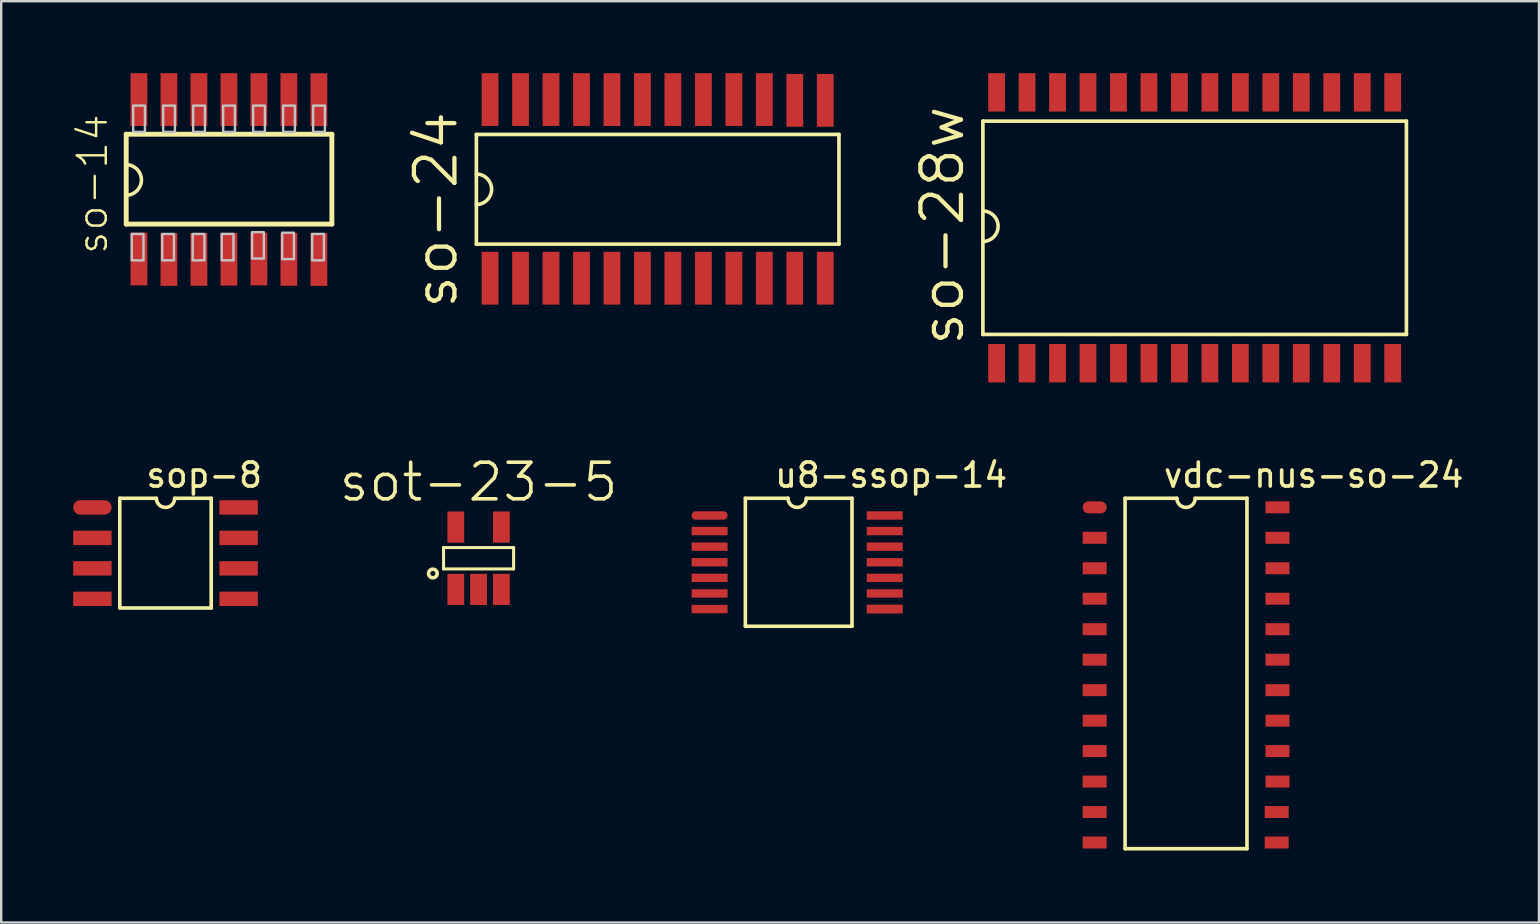
<source format=kicad_pcb>
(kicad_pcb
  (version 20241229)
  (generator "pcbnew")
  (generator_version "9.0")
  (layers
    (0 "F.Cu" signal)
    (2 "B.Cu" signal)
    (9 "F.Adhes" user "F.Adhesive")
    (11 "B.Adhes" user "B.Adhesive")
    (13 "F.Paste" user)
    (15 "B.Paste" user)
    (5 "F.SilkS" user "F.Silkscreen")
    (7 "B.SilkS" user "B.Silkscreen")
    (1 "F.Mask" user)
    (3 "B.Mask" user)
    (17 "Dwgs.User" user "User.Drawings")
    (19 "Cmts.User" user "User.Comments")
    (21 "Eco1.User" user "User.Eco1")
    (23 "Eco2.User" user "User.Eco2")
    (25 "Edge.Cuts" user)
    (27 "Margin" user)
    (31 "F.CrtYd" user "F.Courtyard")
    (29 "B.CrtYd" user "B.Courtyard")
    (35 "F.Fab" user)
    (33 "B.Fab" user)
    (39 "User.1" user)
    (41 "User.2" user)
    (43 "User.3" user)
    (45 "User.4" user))
  (footprint "so-24"
    (layer "F.Cu")
    (at 24.996 4.839)
    (property "Reference" "so-24" (at -8.89 5.08 90) (layer "F.SilkS") (effects (font (size 1.689 1.689) (thickness 0.178)) (justify left bottom)))
    (attr through_hole)
    (fp_line (start -8.191 -2.286) (end -8.191 2.286) (stroke (width 0.152) (type solid)) (layer "F.SilkS"))
    (fp_line (start -8.191 2.286) (end 6.921 2.286) (stroke (width 0.152) (type solid)) (layer "F.SilkS"))
    (fp_line (start 6.921 -2.286) (end -8.191 -2.286) (stroke (width 0.152) (type solid)) (layer "F.SilkS"))
    (fp_line (start 6.921 2.286) (end 6.921 -2.286) (stroke (width 0.152) (type solid)) (layer "F.SilkS"))
    (fp_arc (start -8.1915 -0.635) (mid -7.5565 0) (end -8.1915 0.635) (stroke (width 0.15) (type solid)) (layer "F.SilkS"))
    (pad "1" smd rect (at -7.62 3.707) (size 0.7 2.2) (layers "F.Cu" "F.Mask" "F.Paste"))
    (pad "2" smd rect (at -6.35 3.707) (size 0.7 2.2) (layers "F.Cu" "F.Mask" "F.Paste"))
    (pad "3" smd rect (at -5.08 3.707) (size 0.7 2.2) (layers "F.Cu" "F.Mask" "F.Paste"))
    (pad "4" smd rect (at -3.81 3.707) (size 0.7 2.2) (layers "F.Cu" "F.Mask" "F.Paste"))
    (pad "5" smd rect (at -2.54 3.707) (size 0.7 2.2) (layers "F.Cu" "F.Mask" "F.Paste"))
    (pad "6" smd rect (at -1.27 3.707) (size 0.7 2.2) (layers "F.Cu" "F.Mask" "F.Paste"))
    (pad "7" smd rect (at -0.000063 3.707) (size 0.7 2.2) (layers "F.Cu" "F.Mask" "F.Paste"))
    (pad "8" smd rect (at 1.27 3.707) (size 0.7 2.2) (layers "F.Cu" "F.Mask" "F.Paste"))
    (pad "9" smd rect (at 2.54 3.707) (size 0.7 2.2) (layers "F.Cu" "F.Mask" "F.Paste"))
    (pad "10" smd rect (at 3.81 3.707) (size 0.7 2.2) (layers "F.Cu" "F.Mask" "F.Paste"))
    (pad "11" smd rect (at 5.08 3.707) (size 0.7 2.2) (layers "F.Cu" "F.Mask" "F.Paste"))
    (pad "12" smd rect (at 6.35 3.707) (size 0.7 2.2) (layers "F.Cu" "F.Mask" "F.Paste"))
    (pad "13" smd rect (at 6.35 -3.707 180) (size 0.7 2.2) (layers "F.Cu" "F.Mask" "F.Paste"))
    (pad "14" smd rect (at 5.08 -3.707 180) (size 0.7 2.2) (layers "F.Cu" "F.Mask" "F.Paste"))
    (pad "15" smd rect (at 3.81 -3.739) (size 0.7 2.2) (layers "F.Cu" "F.Mask" "F.Paste"))
    (pad "16" smd rect (at 2.54 -3.739) (size 0.7 2.2) (layers "F.Cu" "F.Mask" "F.Paste"))
    (pad "17" smd rect (at 1.27 -3.739) (size 0.7 2.2) (layers "F.Cu" "F.Mask" "F.Paste"))
    (pad "18" smd rect (at -0.000063 -3.739) (size 0.7 2.2) (layers "F.Cu" "F.Mask" "F.Paste"))
    (pad "19" smd rect (at -1.27 -3.739) (size 0.7 2.2) (layers "F.Cu" "F.Mask" "F.Paste"))
    (pad "20" smd rect (at -2.54 -3.739) (size 0.7 2.2) (layers "F.Cu" "F.Mask" "F.Paste"))
    (pad "21" smd rect (at -3.81 -3.739) (size 0.7 2.2) (layers "F.Cu" "F.Mask" "F.Paste"))
    (pad "22" smd rect (at -5.08 -3.739) (size 0.7 2.2) (layers "F.Cu" "F.Mask" "F.Paste"))
    (pad "23" smd rect (at -6.35 -3.739) (size 0.7 2.2) (layers "F.Cu" "F.Mask" "F.Paste"))
    (pad "24" smd rect (at -7.62 -3.739) (size 0.7 2.2) (layers "F.Cu" "F.Mask" "F.Paste")))
  (footprint "so-14"
    (layer "F.Cu")
    (at 6.591 4.45)
    (property "Reference" "so-14" (at -5.08 3.175 90) (layer "F.SilkS") (effects (font (size 1.206 1.206) (thickness 0.102)) (justify left bottom)))
    (attr through_hole)
    (fp_line (start -4.381 -1.905) (end 4.191 -1.905) (stroke (width 0.203) (type solid)) (layer "F.SilkS"))
    (fp_line (start -4.381 1.841) (end -4.381 -1.905) (stroke (width 0.203) (type solid)) (layer "F.SilkS"))
    (fp_line (start 4.191 -1.905) (end 4.191 1.841) (stroke (width 0.203) (type solid)) (layer "F.SilkS"))
    (fp_line (start 4.191 1.841) (end -4.381 1.841) (stroke (width 0.203) (type solid)) (layer "F.SilkS"))
    (fp_arc (start -4.3815 -0.635) (mid -3.7465 0) (end -4.3815 0.635) (stroke (width 0.15) (type solid)) (layer "F.SilkS"))
    (fp_poly (pts (xy -4.15 3.35) (xy -3.66 3.35) (xy -3.66 2.25) (xy -4.15 2.25)) (stroke (width 0.1) (type solid)) (fill no) (layer "Dwgs.User"))
    (fp_poly (pts (xy -4.09 -2) (xy -3.6 -2) (xy -3.6 -3.1) (xy -4.09 -3.1)) (stroke (width 0.1) (type solid)) (fill no) (layer "Dwgs.User"))
    (fp_poly (pts (xy -2.88 3.35) (xy -2.39 3.35) (xy -2.39 2.25) (xy -2.88 2.25)) (stroke (width 0.1) (type solid)) (fill no) (layer "Dwgs.User"))
    (fp_poly (pts (xy -2.84 -2) (xy -2.35 -2) (xy -2.35 -3.1) (xy -2.84 -3.1)) (stroke (width 0.1) (type solid)) (fill no) (layer "Dwgs.User"))
    (fp_poly (pts (xy -1.61 3.35) (xy -1.12 3.35) (xy -1.12 2.25) (xy -1.61 2.25)) (stroke (width 0.1) (type solid)) (fill no) (layer "Dwgs.User"))
    (fp_poly (pts (xy -1.59 -2) (xy -1.1 -2) (xy -1.1 -3.1) (xy -1.59 -3.1)) (stroke (width 0.1) (type solid)) (fill no) (layer "Dwgs.User"))
    (fp_poly (pts (xy -0.4 3.35) (xy 0.09 3.35) (xy 0.09 2.25) (xy -0.4 2.25)) (stroke (width 0.1) (type solid)) (fill no) (layer "Dwgs.User"))
    (fp_poly (pts (xy -0.34 -2) (xy 0.15 -2) (xy 0.15 -3.1) (xy -0.34 -3.1)) (stroke (width 0.1) (type solid)) (fill no) (layer "Dwgs.User"))
    (fp_poly (pts (xy 0.865 3.275) (xy 1.355 3.275) (xy 1.355 2.175) (xy 0.865 2.175)) (stroke (width 0.1) (type solid)) (fill no) (layer "Dwgs.User"))
    (fp_poly (pts (xy 0.91 -2) (xy 1.4 -2) (xy 1.4 -3.1) (xy 0.91 -3.1)) (stroke (width 0.1) (type solid)) (fill no) (layer "Dwgs.User"))
    (fp_poly (pts (xy 2.12 3.3) (xy 2.61 3.3) (xy 2.61 2.2) (xy 2.12 2.2)) (stroke (width 0.1) (type solid)) (fill no) (layer "Dwgs.User"))
    (fp_poly (pts (xy 2.16 -2) (xy 2.65 -2) (xy 2.65 -3.1) (xy 2.16 -3.1)) (stroke (width 0.1) (type solid)) (fill no) (layer "Dwgs.User"))
    (fp_poly (pts (xy 3.37 3.35) (xy 3.86 3.35) (xy 3.86 2.25) (xy 3.37 2.25)) (stroke (width 0.1) (type solid)) (fill no) (layer "Dwgs.User"))
    (fp_poly (pts (xy 3.41 -2) (xy 3.9 -2) (xy 3.9 -3.1) (xy 3.41 -3.1)) (stroke (width 0.1) (type solid)) (fill no) (layer "Dwgs.User"))
    (pad "1" smd rect (at -3.85 3.295 270) (size 2.2 0.7) (layers "F.Cu" "F.Mask" "F.Paste"))
    (pad "2" smd rect (at -2.6 3.315 270) (size 2.2 0.7) (layers "F.Cu" "F.Mask" "F.Paste"))
    (pad "3" smd rect (at -1.35 3.31 270) (size 2.2 0.7) (layers "F.Cu" "F.Mask" "F.Paste"))
    (pad "4" smd rect (at -0.1 3.305 270) (size 2.2 0.7) (layers "F.Cu" "F.Mask" "F.Paste"))
    (pad "5" smd rect (at 1.15 3.295 90) (size 2.2 0.7) (layers "F.Cu" "F.Mask" "F.Paste"))
    (pad "6" smd rect (at 2.4 3.31 270) (size 2.2 0.7) (layers "F.Cu" "F.Mask" "F.Paste"))
    (pad "7" smd rect (at 3.65 3.315 270) (size 2.2 0.7) (layers "F.Cu" "F.Mask" "F.Paste"))
    (pad "8" smd rect (at 3.65 -3.345 90) (size 2.2 0.7) (layers "F.Cu" "F.Mask" "F.Paste"))
    (pad "9" smd rect (at 2.4 -3.35 90) (size 2.2 0.7) (layers "F.Cu" "F.Mask" "F.Paste"))
    (pad "10" smd rect (at 1.15 -3.35 90) (size 2.2 0.7) (layers "F.Cu" "F.Mask" "F.Paste"))
    (pad "11" smd rect (at -0.1 -3.35 90) (size 2.2 0.7) (layers "F.Cu" "F.Mask" "F.Paste"))
    (pad "12" smd rect (at -1.35 -3.35 90) (size 2.2 0.7) (layers "F.Cu" "F.Mask" "F.Paste"))
    (pad "13" smd rect (at -2.6 -3.35 90) (size 2.2 0.7) (layers "F.Cu" "F.Mask" "F.Paste"))
    (pad "14" smd rect (at -3.85 -3.35 90) (size 2.2 0.7) (layers "F.Cu" "F.Mask" "F.Paste")))
  (footprint "so-28w"
    (layer "F.Cu")
    (at 47.377 6.38)
    (property "Reference" "so-28w" (at -10.16 5.08 90) (layer "F.SilkS") (effects (font (size 1.689 1.689) (thickness 0.178)) (justify left bottom)))
    (attr through_hole)
    (fp_line (start -9.461 -4.381) (end -9.461 4.508) (stroke (width 0.152) (type solid)) (layer "F.SilkS"))
    (fp_line (start -9.461 4.508) (end 8.191 4.508) (stroke (width 0.152) (type solid)) (layer "F.SilkS"))
    (fp_line (start 8.191 -4.381) (end -9.461 -4.381) (stroke (width 0.152) (type solid)) (layer "F.SilkS"))
    (fp_line (start 8.191 4.508) (end 8.191 -4.381) (stroke (width 0.152) (type solid)) (layer "F.SilkS"))
    (fp_arc (start -9.4615 -0.635) (mid -8.8265 0) (end -9.4615 0.635) (stroke (width 0.15) (type solid)) (layer "F.SilkS"))
    (pad "1" smd rect (at -8.89 5.707) (size 0.7 1.6) (layers "F.Cu" "F.Mask" "F.Paste"))
    (pad "2" smd rect (at -7.62 5.707) (size 0.7 1.6) (layers "F.Cu" "F.Mask" "F.Paste"))
    (pad "3" smd rect (at -6.35 5.707) (size 0.7 1.6) (layers "F.Cu" "F.Mask" "F.Paste"))
    (pad "4" smd rect (at -5.08 5.707) (size 0.7 1.6) (layers "F.Cu" "F.Mask" "F.Paste"))
    (pad "5" smd rect (at -3.81 5.707) (size 0.7 1.6) (layers "F.Cu" "F.Mask" "F.Paste"))
    (pad "6" smd rect (at -2.54 5.707) (size 0.7 1.6) (layers "F.Cu" "F.Mask" "F.Paste"))
    (pad "7" smd rect (at -1.27 5.707) (size 0.7 1.6) (layers "F.Cu" "F.Mask" "F.Paste"))
    (pad "8" smd rect (at -0.000063 5.707) (size 0.7 1.6) (layers "F.Cu" "F.Mask" "F.Paste"))
    (pad "9" smd rect (at 1.27 5.707) (size 0.7 1.6) (layers "F.Cu" "F.Mask" "F.Paste"))
    (pad "10" smd rect (at 2.54 5.707) (size 0.7 1.6) (layers "F.Cu" "F.Mask" "F.Paste"))
    (pad "11" smd rect (at 3.81 5.707) (size 0.7 1.6) (layers "F.Cu" "F.Mask" "F.Paste"))
    (pad "12" smd rect (at 5.08 5.707) (size 0.7 1.6) (layers "F.Cu" "F.Mask" "F.Paste"))
    (pad "13" smd rect (at 6.35 5.707) (size 0.7 1.6) (layers "F.Cu" "F.Mask" "F.Paste"))
    (pad "14" smd rect (at 7.62 5.707) (size 0.7 1.6) (layers "F.Cu" "F.Mask" "F.Paste"))
    (pad "15" smd rect (at 7.62 -5.58) (size 0.7 1.6) (layers "F.Cu" "F.Mask" "F.Paste"))
    (pad "16" smd rect (at 6.35 -5.58) (size 0.7 1.6) (layers "F.Cu" "F.Mask" "F.Paste"))
    (pad "17" smd rect (at 5.08 -5.58) (size 0.7 1.6) (layers "F.Cu" "F.Mask" "F.Paste"))
    (pad "18" smd rect (at 3.81 -5.58) (size 0.7 1.6) (layers "F.Cu" "F.Mask" "F.Paste"))
    (pad "19" smd rect (at 2.54 -5.58) (size 0.7 1.6) (layers "F.Cu" "F.Mask" "F.Paste"))
    (pad "20" smd rect (at 1.27 -5.58) (size 0.7 1.6) (layers "F.Cu" "F.Mask" "F.Paste"))
    (pad "21" smd rect (at -0.000063 -5.58) (size 0.7 1.6) (layers "F.Cu" "F.Mask" "F.Paste"))
    (pad "22" smd rect (at -1.27 -5.58) (size 0.7 1.6) (layers "F.Cu" "F.Mask" "F.Paste"))
    (pad "23" smd rect (at -2.54 -5.58) (size 0.7 1.6) (layers "F.Cu" "F.Mask" "F.Paste"))
    (pad "24" smd rect (at -3.81 -5.58) (size 0.7 1.6) (layers "F.Cu" "F.Mask" "F.Paste"))
    (pad "25" smd rect (at -5.08 -5.58) (size 0.7 1.6) (layers "F.Cu" "F.Mask" "F.Paste"))
    (pad "26" smd rect (at -6.35 -5.58) (size 0.7 1.6) (layers "F.Cu" "F.Mask" "F.Paste"))
    (pad "27" smd rect (at -7.62 -5.58) (size 0.7 1.6) (layers "F.Cu" "F.Mask" "F.Paste"))
    (pad "28" smd rect (at -8.89 -5.58) (size 0.7 1.6) (layers "F.Cu" "F.Mask" "F.Paste")))
  (footprint "sop-8"
    (layer "F.Cu")
    (at 3.848 20.004)
    (property "Reference" "sop-8" (at -0.889 -2.667 0) (layer "F.SilkS") (effects (font (size 1 1) (thickness 0.15)) (justify left bottom)))
    (attr through_hole)
    (fp_line (start -1.905 -2.286) (end -0.381 -2.286) (stroke (width 0.15) (type solid)) (layer "F.SilkS"))
    (fp_line (start -1.905 2.286) (end -1.905 -2.286) (stroke (width 0.15) (type solid)) (layer "F.SilkS"))
    (fp_line (start 0.381 -2.286) (end 1.905 -2.286) (stroke (width 0.15) (type solid)) (layer "F.SilkS"))
    (fp_line (start 1.905 -2.286) (end 1.905 2.286) (stroke (width 0.15) (type solid)) (layer "F.SilkS"))
    (fp_line (start 1.905 2.286) (end -1.905 2.286) (stroke (width 0.15) (type solid)) (layer "F.SilkS"))
    (fp_arc (start 0.381 -2.286) (mid 0 -1.905) (end -0.381 -2.286) (stroke (width 0.15) (type solid)) (layer "F.SilkS"))
    (pad "1" smd oval (at -3.048 -1.905 270) (size 0.6 1.6) (layers "F.Cu" "F.Mask" "F.Paste"))
    (pad "2" smd rect (at -3.048 -0.635 270) (size 0.6 1.6) (layers "F.Cu" "F.Mask" "F.Paste"))
    (pad "3" smd rect (at -3.048 0.635 270) (size 0.6 1.6) (layers "F.Cu" "F.Mask" "F.Paste"))
    (pad "4" smd rect (at -3.048 1.905 270) (size 0.6 1.6) (layers "F.Cu" "F.Mask" "F.Paste"))
    (pad "5" smd rect (at 3.048 1.905 270) (size 0.6 1.6) (layers "F.Cu" "F.Mask" "F.Paste"))
    (pad "6" smd rect (at 3.048 0.635 270) (size 0.6 1.6) (layers "F.Cu" "F.Mask" "F.Paste"))
    (pad "7" smd rect (at 3.048 -0.635 270) (size 0.6 1.6) (layers "F.Cu" "F.Mask" "F.Paste"))
    (pad "8" smd rect (at 3.048 -1.905 270) (size 0.6 1.6) (layers "F.Cu" "F.Mask" "F.Paste")))
  (footprint "u8-ssop-14"
    (layer "F.Cu")
    (at 30.175 20.385)
    (property "Reference" "u8-ssop-14" (at -1.016 -3.048 0) (layer "F.SilkS") (effects (font (size 1 1) (thickness 0.15)) (justify left bottom)))
    (attr through_hole)
    (fp_line (start -2.159 -2.667) (end -0.381 -2.667) (stroke (width 0.15) (type solid)) (layer "F.SilkS"))
    (fp_line (start -2.159 2.667) (end -2.159 -2.667) (stroke (width 0.15) (type solid)) (layer "F.SilkS"))
    (fp_line (start 0.381 -2.667) (end 2.286 -2.667) (stroke (width 0.15) (type solid)) (layer "F.SilkS"))
    (fp_line (start 2.286 -2.667) (end 2.286 2.667) (stroke (width 0.15) (type solid)) (layer "F.SilkS"))
    (fp_line (start 2.286 2.667) (end -2.159 2.667) (stroke (width 0.15) (type solid)) (layer "F.SilkS"))
    (fp_arc (start 0.381 -2.667) (mid 0 -2.286) (end -0.381 -2.667) (stroke (width 0.15) (type solid)) (layer "F.SilkS"))
    (pad "1" smd oval (at -3.65 -1.95 180) (size 1.5 0.35) (layers "F.Cu" "F.Mask" "F.Paste"))
    (pad "2" smd rect (at -3.65 -1.3 180) (size 1.5 0.35) (layers "F.Cu" "F.Mask" "F.Paste"))
    (pad "3" smd rect (at -3.65 -0.65 180) (size 1.5 0.35) (layers "F.Cu" "F.Mask" "F.Paste"))
    (pad "4" smd rect (at -3.65 0 180) (size 1.5 0.35) (layers "F.Cu" "F.Mask" "F.Paste"))
    (pad "5" smd rect (at -3.65 0.65 180) (size 1.5 0.35) (layers "F.Cu" "F.Mask" "F.Paste"))
    (pad "6" smd rect (at -3.65 1.3 180) (size 1.5 0.35) (layers "F.Cu" "F.Mask" "F.Paste"))
    (pad "7" smd rect (at -3.65 1.95 180) (size 1.5 0.35) (layers "F.Cu" "F.Mask" "F.Paste"))
    (pad "8" smd rect (at 3.65 1.95) (size 1.5 0.37) (layers "F.Cu" "F.Mask" "F.Paste"))
    (pad "9" smd rect (at 3.65 1.3) (size 1.5 0.35) (layers "F.Cu" "F.Mask" "F.Paste"))
    (pad "10" smd rect (at 3.65 0.65) (size 1.5 0.35) (layers "F.Cu" "F.Mask" "F.Paste"))
    (pad "11" smd rect (at 3.65 0) (size 1.5 0.35) (layers "F.Cu" "F.Mask" "F.Paste"))
    (pad "12" smd rect (at 3.65 -0.65) (size 1.5 0.35) (layers "F.Cu" "F.Mask" "F.Paste"))
    (pad "13" smd rect (at 3.65 -1.3) (size 1.5 0.35) (layers "F.Cu" "F.Mask" "F.Paste"))
    (pad "14" smd rect (at 3.65 -1.95) (size 1.5 0.35) (layers "F.Cu" "F.Mask" "F.Paste")))
  (footprint "sot-23-5"
    (layer "F.Cu")
    (at 16.897 20.217)
    (property "Reference" "sot-23-5" (at 0 -3.175 0) (layer "F.SilkS") (effects (font (size 1.524 1.524) (thickness 0.15))))
    (attr through_hole)
    (fp_line (start -1.46 -0.445) (end 1.46 -0.445) (stroke (width 0.127) (type solid)) (layer "F.SilkS"))
    (fp_line (start -1.46 0.445) (end -1.46 -0.445) (stroke (width 0.127) (type solid)) (layer "F.SilkS"))
    (fp_line (start 1.46 -0.445) (end 1.46 0.445) (stroke (width 0.127) (type solid)) (layer "F.SilkS"))
    (fp_line (start 1.46 0.445) (end -1.46 0.445) (stroke (width 0.127) (type solid)) (layer "F.SilkS"))
    (fp_circle (center -1.905 0.635) (end -1.778 0.762) (stroke (width 0.15) (type solid)) (fill no) (layer "F.SilkS"))
    (pad "1" smd rect (at -0.95 1.3) (size 0.7 1.3) (layers "F.Cu" "F.Mask" "F.Paste"))
    (pad "2" smd rect (at -0.000063 1.3) (size 0.7 1.3) (layers "F.Cu" "F.Mask" "F.Paste"))
    (pad "3" smd rect (at 0.95 1.3) (size 0.7 1.3) (layers "F.Cu" "F.Mask" "F.Paste"))
    (pad "4" smd rect (at 0.95 -1.3) (size 0.7 1.3) (layers "F.Cu" "F.Mask" "F.Paste"))
    (pad "5" smd rect (at -0.95 -1.3) (size 0.7 1.3) (layers "F.Cu" "F.Mask" "F.Paste")))
  (footprint "vdc-nus-so-24"
    (layer "F.Cu")
    (at 46.382 25.084)
    (property "Reference" "vdc-nus-so-24" (at -1.016 -7.747 0) (layer "F.SilkS") (effects (font (size 1 1) (thickness 0.15)) (justify left bottom)))
    (attr through_hole)
    (fp_line (start -2.54 -7.366) (end -2.54 7.239) (stroke (width 0.15) (type solid)) (layer "F.SilkS"))
    (fp_line (start -2.54 7.239) (end 2.54 7.239) (stroke (width 0.152) (type solid)) (layer "F.SilkS"))
    (fp_line (start -0.381 -7.366) (end -2.54 -7.366) (stroke (width 0.15) (type solid)) (layer "F.SilkS"))
    (fp_line (start 2.54 -7.366) (end 0.381 -7.366) (stroke (width 0.15) (type solid)) (layer "F.SilkS"))
    (fp_line (start 2.54 7.239) (end 2.54 -7.366) (stroke (width 0.152) (type solid)) (layer "F.SilkS"))
    (fp_arc (start 0.381 -7.366) (mid 0 -6.985) (end -0.381 -7.366) (stroke (width 0.15) (type solid)) (layer "F.SilkS"))
    (pad "1" smd oval (at -3.807 -6.989 270) (size 0.5 1) (layers "F.Cu" "F.Mask" "F.Paste"))
    (pad "2" smd rect (at -3.807 -5.719 270) (size 0.5 1) (layers "F.Cu" "F.Mask" "F.Paste"))
    (pad "3" smd rect (at -3.807 -4.449 270) (size 0.5 1) (layers "F.Cu" "F.Mask" "F.Paste"))
    (pad "4" smd rect (at -3.807 -3.179 270) (size 0.5 1) (layers "F.Cu" "F.Mask" "F.Paste"))
    (pad "5" smd rect (at -3.807 -1.909 270) (size 0.5 1) (layers "F.Cu" "F.Mask" "F.Paste"))
    (pad "6" smd rect (at -3.807 -0.639 270) (size 0.5 1) (layers "F.Cu" "F.Mask" "F.Paste"))
    (pad "7" smd rect (at -3.807 0.631 270) (size 0.5 1) (layers "F.Cu" "F.Mask" "F.Paste"))
    (pad "8" smd rect (at -3.807 1.901 270) (size 0.5 1) (layers "F.Cu" "F.Mask" "F.Paste"))
    (pad "9" smd rect (at -3.807 3.171 270) (size 0.5 1) (layers "F.Cu" "F.Mask" "F.Paste"))
    (pad "10" smd rect (at -3.807 4.441 270) (size 0.5 1) (layers "F.Cu" "F.Mask" "F.Paste"))
    (pad "11" smd rect (at -3.807 5.711 270) (size 0.5 1) (layers "F.Cu" "F.Mask" "F.Paste"))
    (pad "12" smd rect (at -3.807 6.981 270) (size 0.5 1) (layers "F.Cu" "F.Mask" "F.Paste"))
    (pad "13" smd rect (at 3.78 6.981 90) (size 0.5 1) (layers "F.Cu" "F.Mask" "F.Paste"))
    (pad "14" smd rect (at 3.78 5.711 90) (size 0.5 1) (layers "F.Cu" "F.Mask" "F.Paste"))
    (pad "15" smd rect (at 3.812 4.441 270) (size 0.5 1) (layers "F.Cu" "F.Mask" "F.Paste"))
    (pad "16" smd rect (at 3.812 3.171 270) (size 0.5 1) (layers "F.Cu" "F.Mask" "F.Paste"))
    (pad "17" smd rect (at 3.812 1.901 270) (size 0.5 1) (layers "F.Cu" "F.Mask" "F.Paste"))
    (pad "18" smd rect (at 3.812 0.631 270) (size 0.5 1) (layers "F.Cu" "F.Mask" "F.Paste"))
    (pad "19" smd rect (at 3.812 -0.639 270) (size 0.5 1) (layers "F.Cu" "F.Mask" "F.Paste"))
    (pad "20" smd rect (at 3.812 -1.909 270) (size 0.5 1) (layers "F.Cu" "F.Mask" "F.Paste"))
    (pad "21" smd rect (at 3.812 -3.179 270) (size 0.5 1) (layers "F.Cu" "F.Mask" "F.Paste"))
    (pad "22" smd rect (at 3.812 -4.449 270) (size 0.5 1) (layers "F.Cu" "F.Mask" "F.Paste"))
    (pad "23" smd rect (at 3.812 -5.719 270) (size 0.5 1) (layers "F.Cu" "F.Mask" "F.Paste"))
    (pad "24" smd rect (at 3.812 -6.989 270) (size 0.5 1) (layers "F.Cu" "F.Mask" "F.Paste")))
  (gr_rect
    (start -3 -3)
    (end 61.093 35.399)
    (stroke (width 0.1) (type default))
    (fill no)
    (layer "Edge.Cuts")))
</source>
